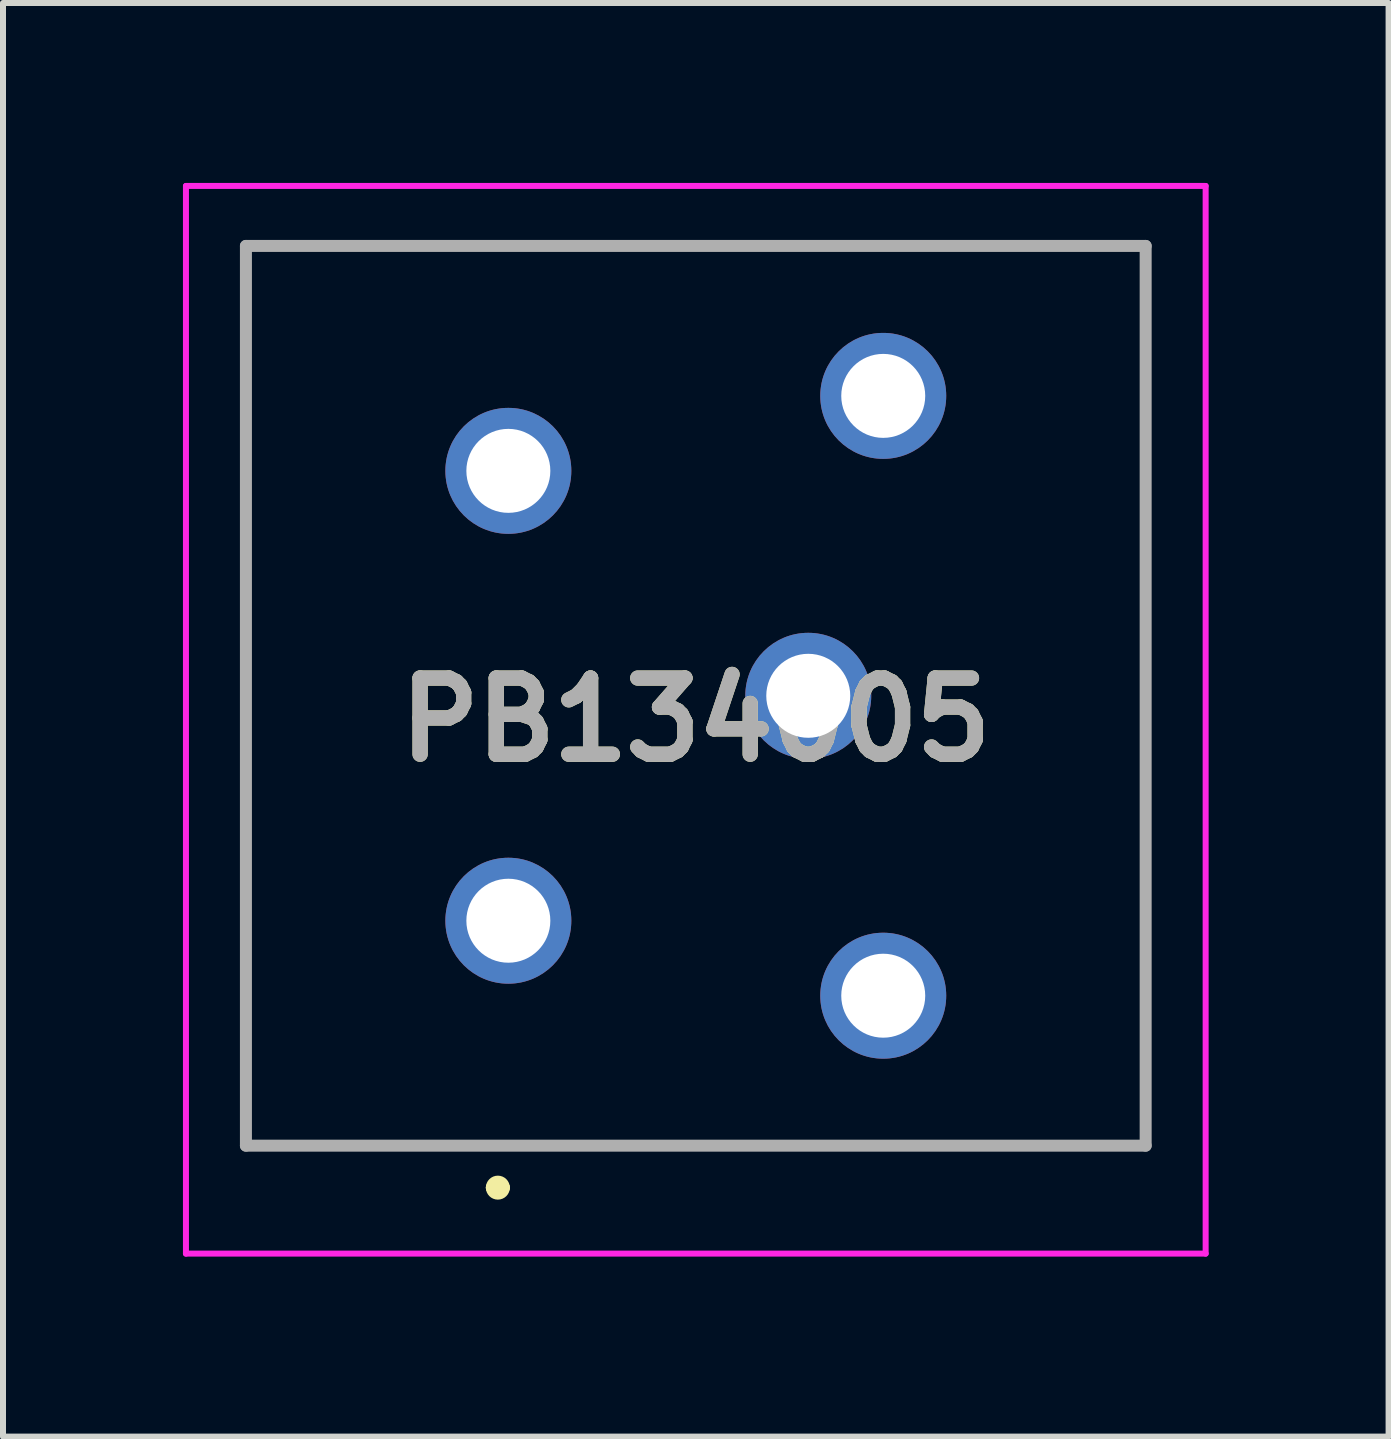
<source format=kicad_pcb>
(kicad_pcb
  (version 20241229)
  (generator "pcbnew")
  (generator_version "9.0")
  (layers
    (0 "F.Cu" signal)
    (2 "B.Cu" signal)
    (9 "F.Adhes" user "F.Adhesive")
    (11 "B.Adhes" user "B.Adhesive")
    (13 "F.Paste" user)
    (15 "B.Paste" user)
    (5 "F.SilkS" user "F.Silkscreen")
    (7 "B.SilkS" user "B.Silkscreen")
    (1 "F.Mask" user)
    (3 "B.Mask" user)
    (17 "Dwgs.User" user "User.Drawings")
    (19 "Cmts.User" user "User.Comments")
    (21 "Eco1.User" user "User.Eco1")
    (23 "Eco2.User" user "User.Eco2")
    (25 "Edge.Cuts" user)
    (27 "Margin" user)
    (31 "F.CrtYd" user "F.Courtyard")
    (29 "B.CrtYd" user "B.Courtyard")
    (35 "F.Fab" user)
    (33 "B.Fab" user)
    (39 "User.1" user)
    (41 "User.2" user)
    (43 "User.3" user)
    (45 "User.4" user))
  (footprint "PB134005"
    (layer "F.Cu")
    (at 8.55 8.95)
    (property "Reference" "PB134005" (at 0 0 0) (layer "F.SilkS") (effects (font (size 1.27 1.27) (thickness 0.254))))
    (attr through_hole)
    (fp_line (start -7.5 -7.9) (end 7.5 -7.9) (stroke (width 0.1) (type solid)) (layer "F.SilkS"))
    (fp_line (start -7.5 7.1) (end -7.5 -7.9) (stroke (width 0.1) (type solid)) (layer "F.SilkS"))
    (fp_line (start -3.4 7.8) (end -3.4 7.8) (stroke (width 0.2) (type solid)) (layer "F.SilkS"))
    (fp_line (start -3.2 7.8) (end -3.2 7.8) (stroke (width 0.2) (type solid)) (layer "F.SilkS"))
    (fp_line (start 7.5 -7.9) (end 7.5 7.1) (stroke (width 0.1) (type solid)) (layer "F.SilkS"))
    (fp_line (start 7.5 7.1) (end -7.5 7.1) (stroke (width 0.1) (type solid)) (layer "F.SilkS"))
    (fp_arc (start -3.4 7.8) (mid -3.3 7.7) (end -3.2 7.8) (stroke (width 0.2) (type solid)) (layer "F.SilkS"))
    (fp_arc (start -3.2 7.8) (mid -3.3 7.9) (end -3.4 7.8) (stroke (width 0.2) (type solid)) (layer "F.SilkS"))
    (fp_line (start -8.5 -8.9) (end 8.5 -8.9) (stroke (width 0.1) (type solid)) (layer "F.CrtYd"))
    (fp_line (start -8.5 8.9) (end -8.5 -8.9) (stroke (width 0.1) (type solid)) (layer "F.CrtYd"))
    (fp_line (start 8.5 -8.9) (end 8.5 8.9) (stroke (width 0.1) (type solid)) (layer "F.CrtYd"))
    (fp_line (start 8.5 8.9) (end -8.5 8.9) (stroke (width 0.1) (type solid)) (layer "F.CrtYd"))
    (fp_line (start -7.5 -7.9) (end 7.5 -7.9) (stroke (width 0.2) (type solid)) (layer "F.Fab"))
    (fp_line (start -7.5 7.1) (end -7.5 -7.9) (stroke (width 0.2) (type solid)) (layer "F.Fab"))
    (fp_line (start 7.5 -7.9) (end 7.5 7.1) (stroke (width 0.2) (type solid)) (layer "F.Fab"))
    (fp_line (start 7.5 7.1) (end -7.5 7.1) (stroke (width 0.2) (type solid)) (layer "F.Fab"))
    (fp_text user "${REFERENCE}" (at 0 0 0) (layer "F.Fab") (effects (font (size 1.27 1.27) (thickness 0.254))))
    (pad "1" thru_hole circle (at -3.125 3.35) (size 2.1 2.1) (drill 1.4) (layers "*.Cu" "*.Mask"))
    (pad "2" thru_hole circle (at 3.125 4.6) (size 2.1 2.1) (drill 1.4) (layers "*.Cu" "*.Mask"))
    (pad "3" thru_hole circle (at 1.875 -0.4) (size 2.1 2.1) (drill 1.4) (layers "*.Cu" "*.Mask"))
    (pad "4" thru_hole circle (at 3.125 -5.4) (size 2.1 2.1) (drill 1.4) (layers "*.Cu" "*.Mask"))
    (pad "5" thru_hole circle (at -3.125 -4.15) (size 2.1 2.1) (drill 1.4) (layers "*.Cu" "*.Mask")))
  (gr_rect
    (start -3 -3)
    (end 20.1 20.9)
    (stroke (width 0.1) (type default))
    (fill no)
    (layer "Edge.Cuts")))
</source>
